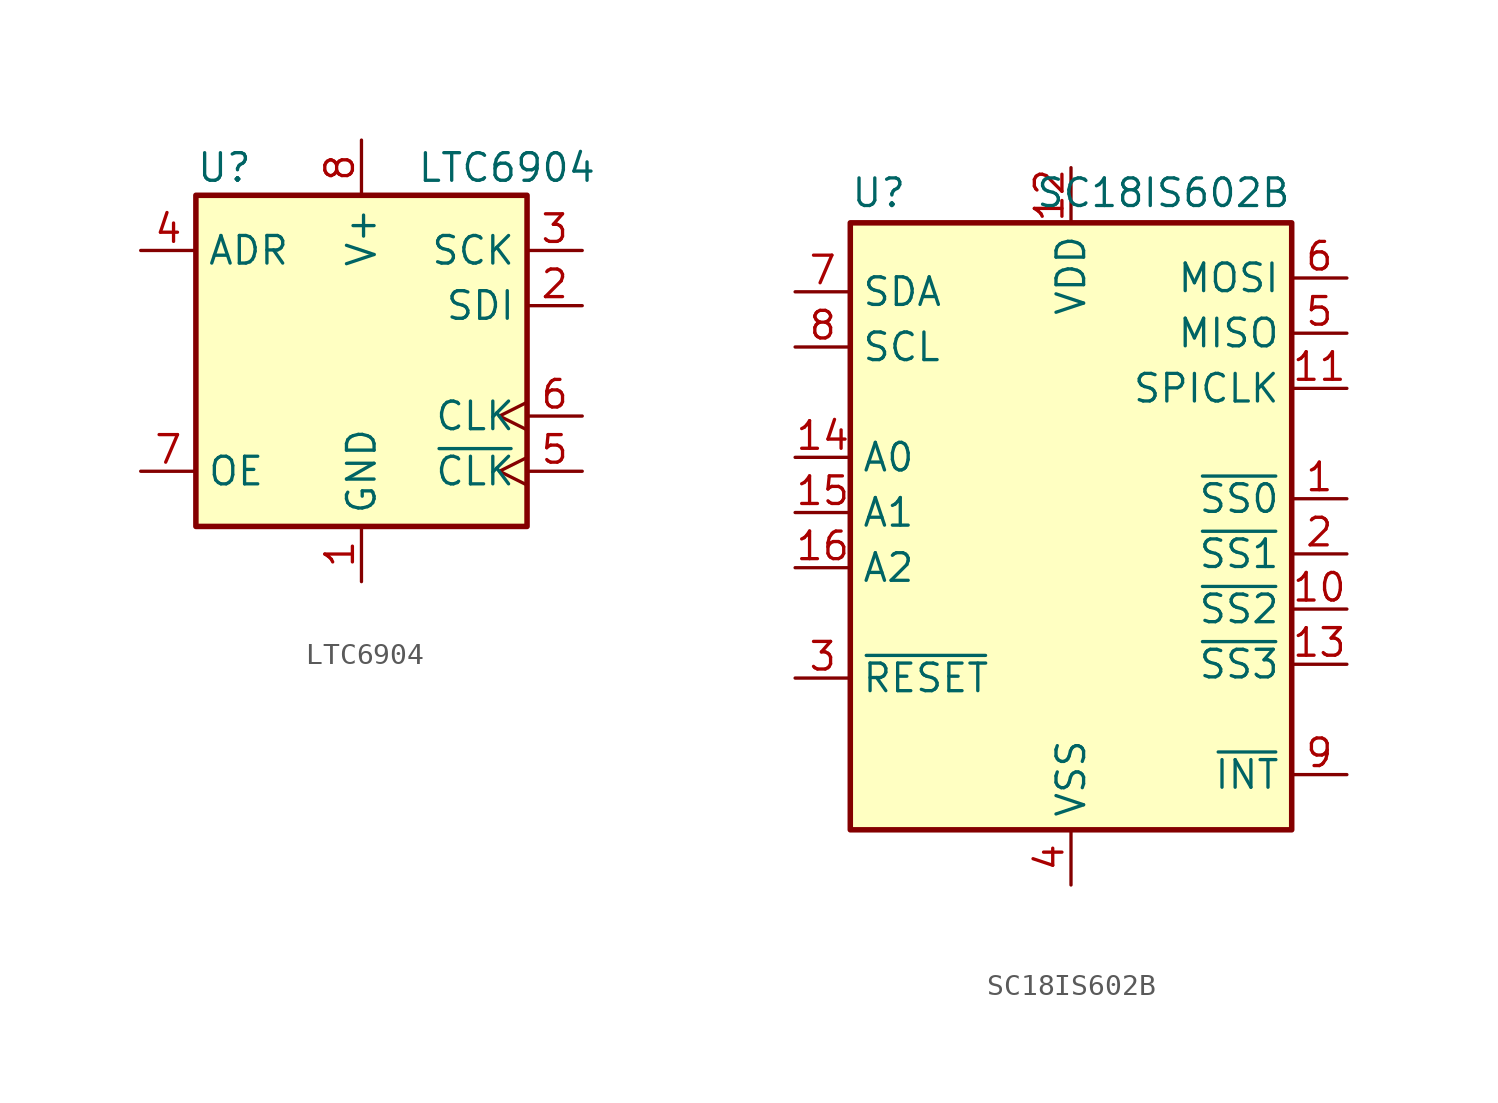
<source format=kicad_sym>
(kicad_symbol_lib
  (version 20211014)
  (generator kicad_symbol_editor)
  (symbol "LTC6904"
    (property "Reference" "U"
      (at -7.62 8.89 0)
      (effects (font (size 1.27 1.27)) (justify left)))
    (property "Value" "LTC6904"
      (at 2.54 8.89 0)
      (effects (font (size 1.27 1.27)) (justify left)))
    (symbol "LTC6904_0_1"
      (rectangle (start -7.62 7.62) (end 7.62 -7.62) (stroke (width 0.254) (type default) (color 0 0 0 0)) (fill (type background))))
    (symbol "LTC6904_1_1"
      (pin power_in line (at 0 -10.16 90) (length 2.54) (name "GND" (effects (font (size 1.27 1.27)))) (number "1" (effects (font (size 1.27 1.27)))))
      (pin bidirectional line (at 10.16 2.54 180) (length 2.54) (name "SDI" (effects (font (size 1.27 1.27)))) (number "2" (effects (font (size 1.27 1.27)))))
      (pin input line (at 10.16 5.08 180) (length 2.54) (name "SCK" (effects (font (size 1.27 1.27)))) (number "3" (effects (font (size 1.27 1.27)))))
      (pin input line (at -10.16 5.08 0) (length 2.54) (name "ADR" (effects (font (size 1.27 1.27)))) (number "4" (effects (font (size 1.27 1.27)))))
      (pin output clock (at 10.16 -5.08 180) (length 2.54) (name "~{CLK}" (effects (font (size 1.27 1.27)))) (number "5" (effects (font (size 1.27 1.27)))))
      (pin output clock (at 10.16 -2.54 180) (length 2.54) (name "CLK" (effects (font (size 1.27 1.27)))) (number "6" (effects (font (size 1.27 1.27)))))
      (pin input line (at -10.16 -5.08 0) (length 2.54) (name "OE" (effects (font (size 1.27 1.27)))) (number "7" (effects (font (size 1.27 1.27)))))
      (pin power_in line (at 0 10.16 270) (length 2.54) (name "V+" (effects (font (size 1.27 1.27)))) (number "8" (effects (font (size 1.27 1.27)))))))
  (symbol "SC18IS602B"
    (property "Reference" "U"
      (at -10.16 18.415 0)
      (effects (font (size 1.27 1.27)) (justify left bottom)))
    (property "Value" "SC18IS602B"
      (at 10.16 18.415 0)
      (effects (font (size 1.27 1.27)) (justify right bottom)))
    (symbol "SC18IS602B_0_1"
      (rectangle (start -10.16 17.78) (end 10.16 -10.16) (stroke (width 0.254) (type default) (color 0 0 0 0)) (fill (type background))))
    (symbol "SC18IS602B_1_1"
      (pin output line (at 12.7 5.08 180) (length 2.54) (name "~{SS0}" (effects (font (size 1.27 1.27)))) (number "1" (effects (font (size 1.27 1.27)))))
      (pin output line (at 12.7 0 180) (length 2.54) (name "~{SS2}" (effects (font (size 1.27 1.27)))) (number "10" (effects (font (size 1.27 1.27)))))
      (pin output line (at 12.7 10.16 180) (length 2.54) (name "SPICLK" (effects (font (size 1.27 1.27)))) (number "11" (effects (font (size 1.27 1.27)))))
      (pin power_in line (at 0 20.32 270) (length 2.54) (name "VDD" (effects (font (size 1.27 1.27)))) (number "12" (effects (font (size 1.27 1.27)))))
      (pin output line (at 12.7 -2.54 180) (length 2.54) (name "~{SS3}" (effects (font (size 1.27 1.27)))) (number "13" (effects (font (size 1.27 1.27)))))
      (pin input line (at -12.7 6.985 0) (length 2.54) (name "A0" (effects (font (size 1.27 1.27)))) (number "14" (effects (font (size 1.27 1.27)))))
      (pin input line (at -12.7 4.445 0) (length 2.54) (name "A1" (effects (font (size 1.27 1.27)))) (number "15" (effects (font (size 1.27 1.27)))))
      (pin input line (at -12.7 1.905 0) (length 2.54) (name "A2" (effects (font (size 1.27 1.27)))) (number "16" (effects (font (size 1.27 1.27)))))
      (pin output line (at 12.7 2.54 180) (length 2.54) (name "~{SS1}" (effects (font (size 1.27 1.27)))) (number "2" (effects (font (size 1.27 1.27)))))
      (pin input line (at -12.7 -3.175 0) (length 2.54) (name "~{RESET}" (effects (font (size 1.27 1.27)))) (number "3" (effects (font (size 1.27 1.27)))))
      (pin power_in line (at 0 -12.7 90) (length 2.54) (name "VSS" (effects (font (size 1.27 1.27)))) (number "4" (effects (font (size 1.27 1.27)))))
      (pin input line (at 12.7 12.7 180) (length 2.54) (name "MISO" (effects (font (size 1.27 1.27)))) (number "5" (effects (font (size 1.27 1.27)))))
      (pin output line (at 12.7 15.24 180) (length 2.54) (name "MOSI" (effects (font (size 1.27 1.27)))) (number "6" (effects (font (size 1.27 1.27)))))
      (pin bidirectional line (at -12.7 14.605 0) (length 2.54) (name "SDA" (effects (font (size 1.27 1.27)))) (number "7" (effects (font (size 1.27 1.27)))))
      (pin input line (at -12.7 12.065 0) (length 2.54) (name "SCL" (effects (font (size 1.27 1.27)))) (number "8" (effects (font (size 1.27 1.27)))))
      (pin output line (at 12.7 -7.62 180) (length 2.54) (name "~{INT}" (effects (font (size 1.27 1.27)))) (number "9" (effects (font (size 1.27 1.27))))))))
</source>
